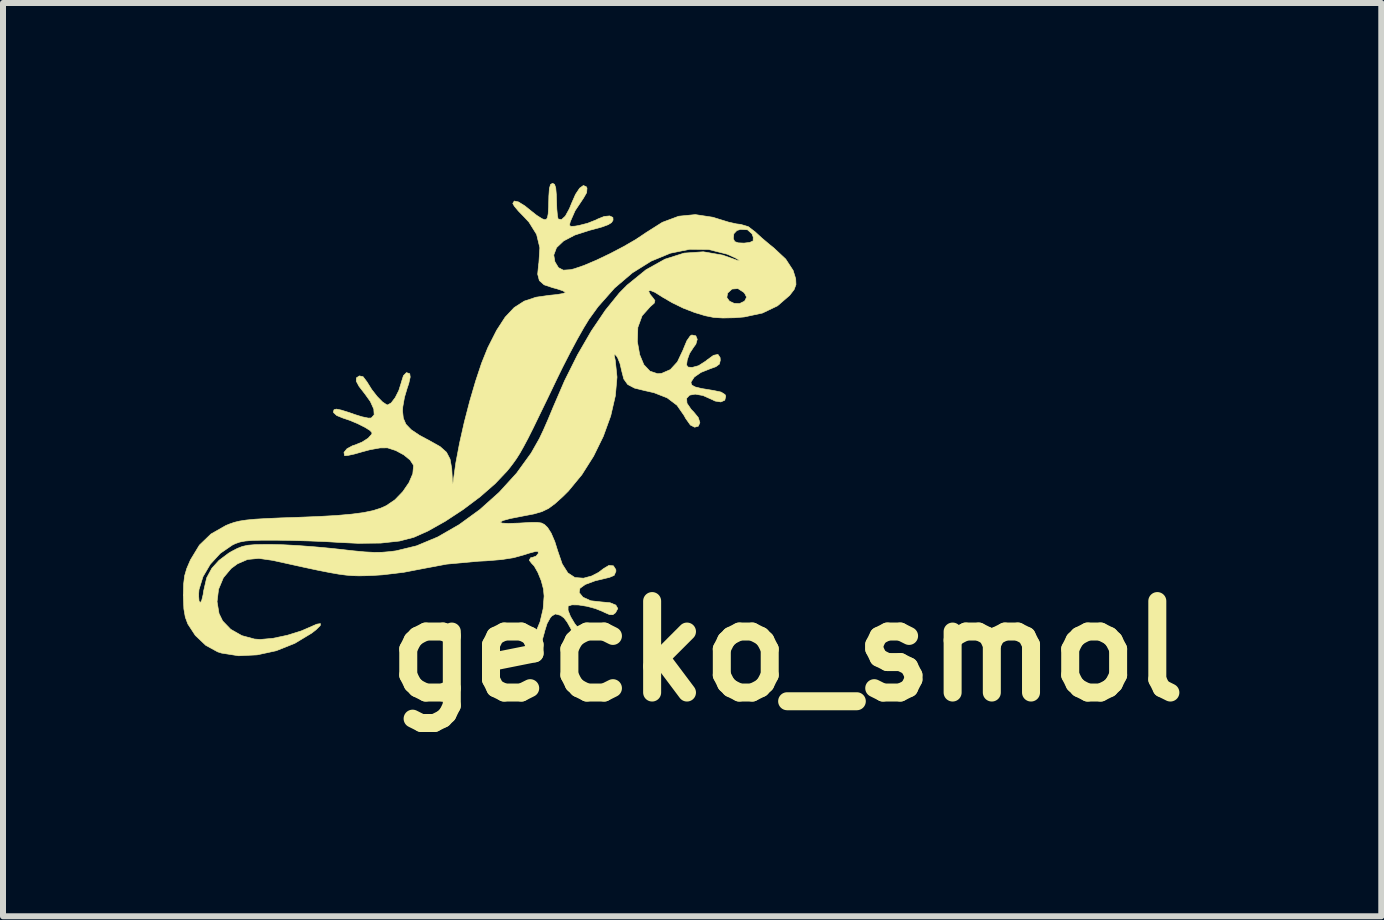
<source format=kicad_pcb>
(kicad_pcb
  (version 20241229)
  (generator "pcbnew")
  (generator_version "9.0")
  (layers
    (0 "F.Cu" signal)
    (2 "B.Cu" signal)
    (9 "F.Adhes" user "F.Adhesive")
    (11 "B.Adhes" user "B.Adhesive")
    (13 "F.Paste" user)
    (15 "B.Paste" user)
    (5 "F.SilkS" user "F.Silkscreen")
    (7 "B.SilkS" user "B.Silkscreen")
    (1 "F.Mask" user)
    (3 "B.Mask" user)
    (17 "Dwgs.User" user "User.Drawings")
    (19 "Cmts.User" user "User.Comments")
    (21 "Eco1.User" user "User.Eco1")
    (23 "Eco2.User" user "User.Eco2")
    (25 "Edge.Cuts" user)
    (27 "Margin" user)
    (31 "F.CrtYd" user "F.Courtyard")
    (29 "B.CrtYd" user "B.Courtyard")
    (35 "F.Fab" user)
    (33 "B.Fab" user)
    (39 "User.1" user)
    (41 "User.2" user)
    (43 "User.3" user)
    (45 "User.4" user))
  (footprint "gecko_smol"
    (layer "F.Cu")
    (at 10.067 7.801)
    (property "Reference" "gecko_smol" (at 0 0 0) (layer "F.SilkS") (effects (font (size 1.524 1.524) (thickness 0.3))))
    (attr through_hole)
    (fp_poly (pts (xy -3.876 -7.779) (xy -3.856 -7.72) (xy -3.846 -7.605) (xy -3.843 -7.51) (xy -3.838 -7.368) (xy -3.828 -7.259) (xy -3.817 -7.204) (xy -3.816 -7.202) (xy -3.76 -7.191) (xy -3.696 -7.25) (xy -3.628 -7.374) (xy -3.592 -7.463) (xy -3.526 -7.613) (xy -3.458 -7.715) (xy -3.396 -7.76) (xy -3.348 -7.74) (xy -3.335 -7.716) (xy -3.341 -7.641) (xy -3.394 -7.549) (xy -3.534 -7.339) (xy -3.614 -7.157) (xy -3.627 -7.101) (xy -3.607 -7.078) (xy -3.538 -7.082) (xy -3.472 -7.093) (xy -3.324 -7.131) (xy -3.18 -7.188) (xy -3.159 -7.2) (xy -3.049 -7.244) (xy -2.958 -7.253) (xy -2.904 -7.228) (xy -2.901 -7.183) (xy -2.926 -7.142) (xy -2.982 -7.107) (xy -3.082 -7.07) (xy -3.242 -7.026) (xy -3.286 -7.015) (xy -3.538 -6.934) (xy -3.725 -6.836) (xy -3.843 -6.724) (xy -3.889 -6.601) (xy -3.87 -6.489) (xy -3.811 -6.391) (xy -3.73 -6.349) (xy -3.608 -6.357) (xy -3.548 -6.372) (xy -3.384 -6.428) (xy -3.177 -6.516) (xy -2.949 -6.625) (xy -2.722 -6.744) (xy -2.52 -6.861) (xy -2.499 -6.875) (xy -0.897 -6.875) (xy -0.873 -6.825) (xy -0.813 -6.804) (xy -0.718 -6.8) (xy -0.624 -6.811) (xy -0.568 -6.836) (xy -0.567 -6.838) (xy -0.565 -6.899) (xy -0.586 -6.955) (xy -0.661 -7.022) (xy -0.777 -7.028) (xy -0.837 -7.01) (xy -0.888 -6.956) (xy -0.897 -6.875) (xy -2.499 -6.875) (xy -2.363 -6.966) (xy -2.358 -6.97) (xy -2.08 -7.146) (xy -1.807 -7.248) (xy -1.53 -7.275) (xy -1.239 -7.231) (xy -1.117 -7.193) (xy -0.974 -7.149) (xy -0.844 -7.12) (xy -0.774 -7.112) (xy -0.647 -7.074) (xy -0.531 -6.985) (xy -0.421 -6.884) (xy -0.288 -6.772) (xy -0.224 -6.721) (xy -0.024 -6.534) (xy 0.1 -6.344) (xy 0.143 -6.205) (xy 0.147 -6.108) (xy 0.116 -6.025) (xy 0.041 -5.928) (xy -0.161 -5.754) (xy -0.412 -5.634) (xy -0.717 -5.569) (xy -0.877 -5.556) (xy -1.071 -5.552) (xy -1.222 -5.561) (xy -1.366 -5.59) (xy -1.538 -5.642) (xy -1.544 -5.644) (xy -1.728 -5.715) (xy -1.917 -5.807) (xy -2.064 -5.893) (xy -1.005 -5.893) (xy -0.961 -5.832) (xy -0.883 -5.796) (xy -0.794 -5.792) (xy -0.715 -5.83) (xy -0.703 -5.843) (xy -0.676 -5.899) (xy -0.706 -5.959) (xy -0.725 -5.981) (xy -0.82 -6.042) (xy -0.919 -6.034) (xy -0.992 -5.967) (xy -1.005 -5.893) (xy -2.064 -5.893) (xy -2.073 -5.898) (xy -2.081 -5.903) (xy -2.202 -5.979) (xy -2.28 -6.011) (xy -2.309 -5.998) (xy -2.281 -5.942) (xy -2.241 -5.894) (xy -2.203 -5.842) (xy -2.214 -5.8) (xy -2.281 -5.741) (xy -2.417 -5.589) (xy -2.488 -5.395) (xy -2.496 -5.159) (xy -2.457 -4.94) (xy -2.388 -4.774) (xy -2.286 -4.666) (xy -2.158 -4.623) (xy -2.091 -4.629) (xy -1.946 -4.692) (xy -1.828 -4.821) (xy -1.734 -5.02) (xy -1.726 -5.041) (xy -1.671 -5.173) (xy -1.616 -5.252) (xy -1.589 -5.269) (xy -1.522 -5.255) (xy -1.498 -5.197) (xy -1.521 -5.116) (xy -1.558 -5.066) (xy -1.626 -4.962) (xy -1.665 -4.853) (xy -1.676 -4.768) (xy -1.651 -4.734) (xy -1.583 -4.728) (xy -1.476 -4.757) (xy -1.356 -4.834) (xy -1.34 -4.848) (xy -1.227 -4.93) (xy -1.153 -4.945) (xy -1.117 -4.892) (xy -1.114 -4.847) (xy -1.129 -4.784) (xy -1.188 -4.74) (xy -1.283 -4.706) (xy -1.436 -4.645) (xy -1.547 -4.568) (xy -1.6 -4.488) (xy -1.602 -4.469) (xy -1.587 -4.433) (xy -1.533 -4.403) (xy -1.427 -4.377) (xy -1.257 -4.349) (xy -1.231 -4.345) (xy -1.1 -4.317) (xy -1.035 -4.276) (xy -1.023 -4.249) (xy -1.039 -4.182) (xy -1.105 -4.153) (xy -1.201 -4.168) (xy -1.245 -4.19) (xy -1.402 -4.26) (xy -1.532 -4.283) (xy -1.626 -4.266) (xy -1.675 -4.213) (xy -1.669 -4.131) (xy -1.598 -4.027) (xy -1.559 -3.988) (xy -1.481 -3.893) (xy -1.454 -3.808) (xy -1.48 -3.749) (xy -1.541 -3.732) (xy -1.612 -3.768) (xy -1.691 -3.879) (xy -1.717 -3.927) (xy -1.835 -4.097) (xy -1.999 -4.221) (xy -2.219 -4.307) (xy -2.37 -4.341) (xy -2.544 -4.384) (xy -2.657 -4.444) (xy -2.722 -4.535) (xy -2.757 -4.67) (xy -2.757 -4.672) (xy -2.786 -4.795) (xy -2.826 -4.893) (xy -2.839 -4.912) (xy -2.874 -4.95) (xy -2.882 -4.933) (xy -2.865 -4.85) (xy -2.864 -4.846) (xy -2.835 -4.567) (xy -2.863 -4.254) (xy -2.94 -3.92) (xy -3.063 -3.581) (xy -3.225 -3.25) (xy -3.421 -2.94) (xy -3.646 -2.667) (xy -3.739 -2.575) (xy -3.87 -2.457) (xy -3.977 -2.378) (xy -4.087 -2.325) (xy -4.223 -2.286) (xy -4.411 -2.25) (xy -4.42 -2.248) (xy -4.615 -2.21) (xy -4.735 -2.177) (xy -4.781 -2.151) (xy -4.752 -2.134) (xy -4.647 -2.128) (xy -4.466 -2.134) (xy -4.452 -2.135) (xy -4.28 -2.145) (xy -4.167 -2.146) (xy -4.095 -2.136) (xy -4.045 -2.111) (xy -4 -2.068) (xy -3.991 -2.059) (xy -3.932 -1.966) (xy -3.871 -1.824) (xy -3.824 -1.673) (xy -3.748 -1.452) (xy -3.654 -1.304) (xy -3.537 -1.227) (xy -3.393 -1.216) (xy -3.256 -1.253) (xy -3.141 -1.313) (xy -3.06 -1.375) (xy -2.97 -1.429) (xy -2.895 -1.422) (xy -2.855 -1.359) (xy -2.853 -1.331) (xy -2.883 -1.262) (xy -2.96 -1.23) (xy -3.201 -1.172) (xy -3.365 -1.111) (xy -3.453 -1.047) (xy -3.466 -0.977) (xy -3.405 -0.902) (xy -3.4 -0.898) (xy -3.274 -0.84) (xy -3.102 -0.821) (xy -2.951 -0.807) (xy -2.855 -0.768) (xy -2.822 -0.71) (xy -2.86 -0.64) (xy -2.905 -0.607) (xy -2.959 -0.609) (xy -3.049 -0.648) (xy -3.071 -0.66) (xy -3.196 -0.71) (xy -3.338 -0.748) (xy -3.475 -0.77) (xy -3.586 -0.772) (xy -3.648 -0.752) (xy -3.65 -0.748) (xy -3.651 -0.682) (xy -3.611 -0.579) (xy -3.541 -0.461) (xy -3.452 -0.348) (xy -3.449 -0.344) (xy -3.382 -0.248) (xy -3.375 -0.175) (xy -3.421 -0.128) (xy -3.48 -0.146) (xy -3.518 -0.198) (xy -3.602 -0.37) (xy -3.665 -0.483) (xy -3.718 -0.553) (xy -3.771 -0.593) (xy -3.784 -0.599) (xy -3.862 -0.62) (xy -3.921 -0.586) (xy -3.948 -0.555) (xy -4.001 -0.459) (xy -4.04 -0.334) (xy -4.044 -0.315) (xy -4.083 -0.176) (xy -4.141 -0.108) (xy -4.214 -0.114) (xy -4.222 -0.119) (xy -4.252 -0.151) (xy -4.246 -0.203) (xy -4.199 -0.297) (xy -4.194 -0.304) (xy -4.117 -0.489) (xy -4.066 -0.706) (xy -4.05 -0.918) (xy -4.061 -1.036) (xy -4.098 -1.175) (xy -4.154 -1.312) (xy -4.215 -1.419) (xy -4.259 -1.465) (xy -4.297 -1.515) (xy -4.275 -1.556) (xy -4.242 -1.563) (xy -4.182 -1.585) (xy -4.146 -1.63) (xy -4.151 -1.663) (xy -4.194 -1.661) (xy -4.289 -1.636) (xy -4.4 -1.601) (xy -4.56 -1.557) (xy -4.76 -1.526) (xy -5.016 -1.505) (xy -5.139 -1.499) (xy -5.674 -1.45) (xy -6.057 -1.378) (xy -6.389 -1.314) (xy -6.741 -1.272) (xy -6.897 -1.262) (xy -7.024 -1.257) (xy -7.134 -1.255) (xy -7.239 -1.258) (xy -7.35 -1.267) (xy -7.477 -1.284) (xy -7.63 -1.311) (xy -7.822 -1.349) (xy -8.061 -1.4) (xy -8.36 -1.466) (xy -8.573 -1.513) (xy -8.804 -1.546) (xy -8.992 -1.528) (xy -9.159 -1.456) (xy -9.265 -1.378) (xy -9.395 -1.223) (xy -9.475 -1.031) (xy -9.5 -0.825) (xy -9.467 -0.627) (xy -9.407 -0.504) (xy -9.272 -0.364) (xy -9.087 -0.259) (xy -8.877 -0.202) (xy -8.78 -0.195) (xy -8.568 -0.214) (xy -8.328 -0.265) (xy -8.097 -0.337) (xy -7.961 -0.396) (xy -7.838 -0.45) (xy -7.777 -0.459) (xy -7.78 -0.427) (xy -7.849 -0.358) (xy -7.922 -0.301) (xy -8.205 -0.13) (xy -8.514 -0.007) (xy -8.832 0.062) (xy -9.141 0.077) (xy -9.426 0.032) (xy -9.489 0.012) (xy -9.687 -0.096) (xy -9.863 -0.263) (xy -9.987 -0.453) (xy -10.029 -0.566) (xy -10.053 -0.704) (xy -10.061 -0.891) (xy -10.062 -0.935) (xy -9.808 -0.935) (xy -9.8 -0.835) (xy -9.78 -0.807) (xy -9.756 -0.844) (xy -9.732 -0.943) (xy -9.725 -0.997) (xy -9.673 -1.222) (xy -9.587 -1.381) (xy -9.467 -1.513) (xy -9.307 -1.633) (xy -9.26 -1.661) (xy -9.162 -1.712) (xy -9.078 -1.745) (xy -8.987 -1.765) (xy -8.867 -1.775) (xy -8.7 -1.778) (xy -8.597 -1.778) (xy -8.394 -1.773) (xy -8.141 -1.759) (xy -7.865 -1.738) (xy -7.594 -1.713) (xy -7.494 -1.702) (xy -7.236 -1.673) (xy -7.037 -1.654) (xy -6.88 -1.646) (xy -6.746 -1.648) (xy -6.617 -1.659) (xy -6.517 -1.672) (xy -6.176 -1.755) (xy -5.822 -1.903) (xy -5.466 -2.108) (xy -5.121 -2.359) (xy -4.798 -2.648) (xy -4.509 -2.965) (xy -4.265 -3.302) (xy -4.128 -3.544) (xy -4.062 -3.683) (xy -3.985 -3.859) (xy -3.911 -4.036) (xy -3.906 -4.049) (xy -3.708 -4.508) (xy -3.492 -4.94) (xy -3.263 -5.335) (xy -3.029 -5.681) (xy -2.797 -5.968) (xy -2.668 -6.099) (xy -2.353 -6.355) (xy -2.036 -6.532) (xy -1.718 -6.633) (xy -1.397 -6.655) (xy -1.077 -6.6) (xy -0.918 -6.544) (xy -0.834 -6.513) (xy -0.797 -6.508) (xy -0.801 -6.516) (xy -0.86 -6.552) (xy -0.961 -6.599) (xy -1.002 -6.616) (xy -1.306 -6.693) (xy -1.623 -6.697) (xy -1.945 -6.632) (xy -2.265 -6.5) (xy -2.578 -6.305) (xy -2.876 -6.051) (xy -3.152 -5.739) (xy -3.301 -5.533) (xy -3.388 -5.391) (xy -3.498 -5.197) (xy -3.619 -4.97) (xy -3.742 -4.73) (xy -3.829 -4.552) (xy -3.99 -4.216) (xy -4.123 -3.942) (xy -4.23 -3.721) (xy -4.318 -3.546) (xy -4.391 -3.409) (xy -4.453 -3.299) (xy -4.509 -3.21) (xy -4.563 -3.134) (xy -4.619 -3.06) (xy -4.669 -2.999) (xy -4.866 -2.791) (xy -5.116 -2.573) (xy -5.401 -2.359) (xy -5.698 -2.164) (xy -5.988 -2.001) (xy -6.219 -1.898) (xy -6.46 -1.835) (xy -6.772 -1.801) (xy -7.152 -1.797) (xy -7.464 -1.812) (xy -7.699 -1.826) (xy -7.978 -1.837) (xy -8.265 -1.845) (xy -8.519 -1.849) (xy -8.747 -1.849) (xy -8.913 -1.845) (xy -9.033 -1.835) (xy -9.121 -1.818) (xy -9.194 -1.793) (xy -9.247 -1.767) (xy -9.446 -1.63) (xy -9.613 -1.448) (xy -9.735 -1.24) (xy -9.801 -1.026) (xy -9.808 -0.935) (xy -10.062 -0.935) (xy -10.062 -0.938) (xy -10.057 -1.119) (xy -10.041 -1.254) (xy -10.005 -1.377) (xy -9.944 -1.519) (xy -9.94 -1.526) (xy -9.794 -1.767) (xy -9.602 -1.952) (xy -9.353 -2.094) (xy -9.289 -2.12) (xy -9.211 -2.147) (xy -9.123 -2.168) (xy -9.013 -2.185) (xy -8.869 -2.199) (xy -8.68 -2.21) (xy -8.433 -2.221) (xy -8.187 -2.229) (xy -7.812 -2.244) (xy -7.506 -2.261) (xy -7.259 -2.283) (xy -7.06 -2.309) (xy -6.901 -2.342) (xy -6.772 -2.383) (xy -6.679 -2.425) (xy -6.535 -2.523) (xy -6.405 -2.658) (xy -6.302 -2.808) (xy -6.238 -2.957) (xy -6.226 -3.085) (xy -6.229 -3.102) (xy -6.283 -3.185) (xy -6.388 -3.271) (xy -6.521 -3.343) (xy -6.656 -3.387) (xy -6.664 -3.388) (xy -6.784 -3.387) (xy -6.951 -3.357) (xy -7.074 -3.324) (xy -7.211 -3.285) (xy -7.317 -3.262) (xy -7.372 -3.257) (xy -7.375 -3.259) (xy -7.385 -3.312) (xy -7.335 -3.373) (xy -7.241 -3.424) (xy -7.207 -3.434) (xy -7.085 -3.483) (xy -6.983 -3.548) (xy -6.923 -3.614) (xy -6.917 -3.639) (xy -6.95 -3.677) (xy -7.037 -3.731) (xy -7.158 -3.792) (xy -7.293 -3.848) (xy -7.403 -3.885) (xy -7.506 -3.927) (xy -7.558 -3.975) (xy -7.561 -3.988) (xy -7.551 -4.023) (xy -7.512 -4.034) (xy -7.432 -4.018) (xy -7.297 -3.976) (xy -7.214 -3.946) (xy -7.085 -3.906) (xy -6.981 -3.884) (xy -6.931 -3.885) (xy -6.882 -3.939) (xy -6.888 -4.034) (xy -6.945 -4.16) (xy -7.034 -4.284) (xy -7.134 -4.413) (xy -7.18 -4.499) (xy -7.178 -4.554) (xy -7.129 -4.587) (xy -7.067 -4.574) (xy -7.002 -4.488) (xy -6.923 -4.361) (xy -6.831 -4.243) (xy -6.742 -4.152) (xy -6.672 -4.106) (xy -6.658 -4.103) (xy -6.598 -4.137) (xy -6.531 -4.225) (xy -6.471 -4.344) (xy -6.431 -4.472) (xy -6.43 -4.478) (xy -6.394 -4.591) (xy -6.344 -4.642) (xy -6.289 -4.624) (xy -6.281 -4.568) (xy -6.305 -4.461) (xy -6.331 -4.385) (xy -6.377 -4.23) (xy -6.405 -4.071) (xy -6.409 -4.003) (xy -6.396 -3.882) (xy -6.353 -3.782) (xy -6.266 -3.691) (xy -6.126 -3.597) (xy -5.949 -3.502) (xy -5.783 -3.409) (xy -5.677 -3.315) (xy -5.617 -3.2) (xy -5.589 -3.042) (xy -5.582 -2.915) (xy -5.577 -2.814) (xy -5.571 -2.788) (xy -5.563 -2.834) (xy -5.561 -2.853) (xy -5.521 -3.139) (xy -5.459 -3.466) (xy -5.38 -3.816) (xy -5.289 -4.167) (xy -5.191 -4.501) (xy -5.092 -4.799) (xy -4.995 -5.04) (xy -4.987 -5.059) (xy -4.841 -5.347) (xy -4.699 -5.566) (xy -4.549 -5.725) (xy -4.381 -5.833) (xy -4.186 -5.898) (xy -3.969 -5.929) (xy -3.832 -5.943) (xy -3.734 -5.96) (xy -3.693 -5.977) (xy -3.694 -5.98) (xy -3.739 -6.006) (xy -3.836 -6.038) (xy -3.91 -6.058) (xy -4.05 -6.105) (xy -4.129 -6.175) (xy -4.157 -6.282) (xy -4.142 -6.442) (xy -4.137 -6.47) (xy -4.121 -6.722) (xy -4.175 -6.945) (xy -4.302 -7.149) (xy -4.382 -7.235) (xy -4.478 -7.334) (xy -4.546 -7.415) (xy -4.572 -7.461) (xy -4.547 -7.501) (xy -4.477 -7.486) (xy -4.368 -7.418) (xy -4.279 -7.346) (xy -4.174 -7.263) (xy -4.086 -7.207) (xy -4.042 -7.19) (xy -4.013 -7.196) (xy -3.994 -7.224) (xy -3.982 -7.288) (xy -3.975 -7.402) (xy -3.971 -7.58) (xy -3.971 -7.581) (xy -3.962 -7.711) (xy -3.942 -7.778) (xy -3.908 -7.796) (xy -3.876 -7.779)) (stroke (width 0.01) (type solid)) (fill yes) (layer "F.SilkS")))
  (gr_rect
    (start -3 -3)
    (end 19.968 12.219)
    (stroke (width 0.1) (type default))
    (fill no)
    (layer "Edge.Cuts")))
</source>
